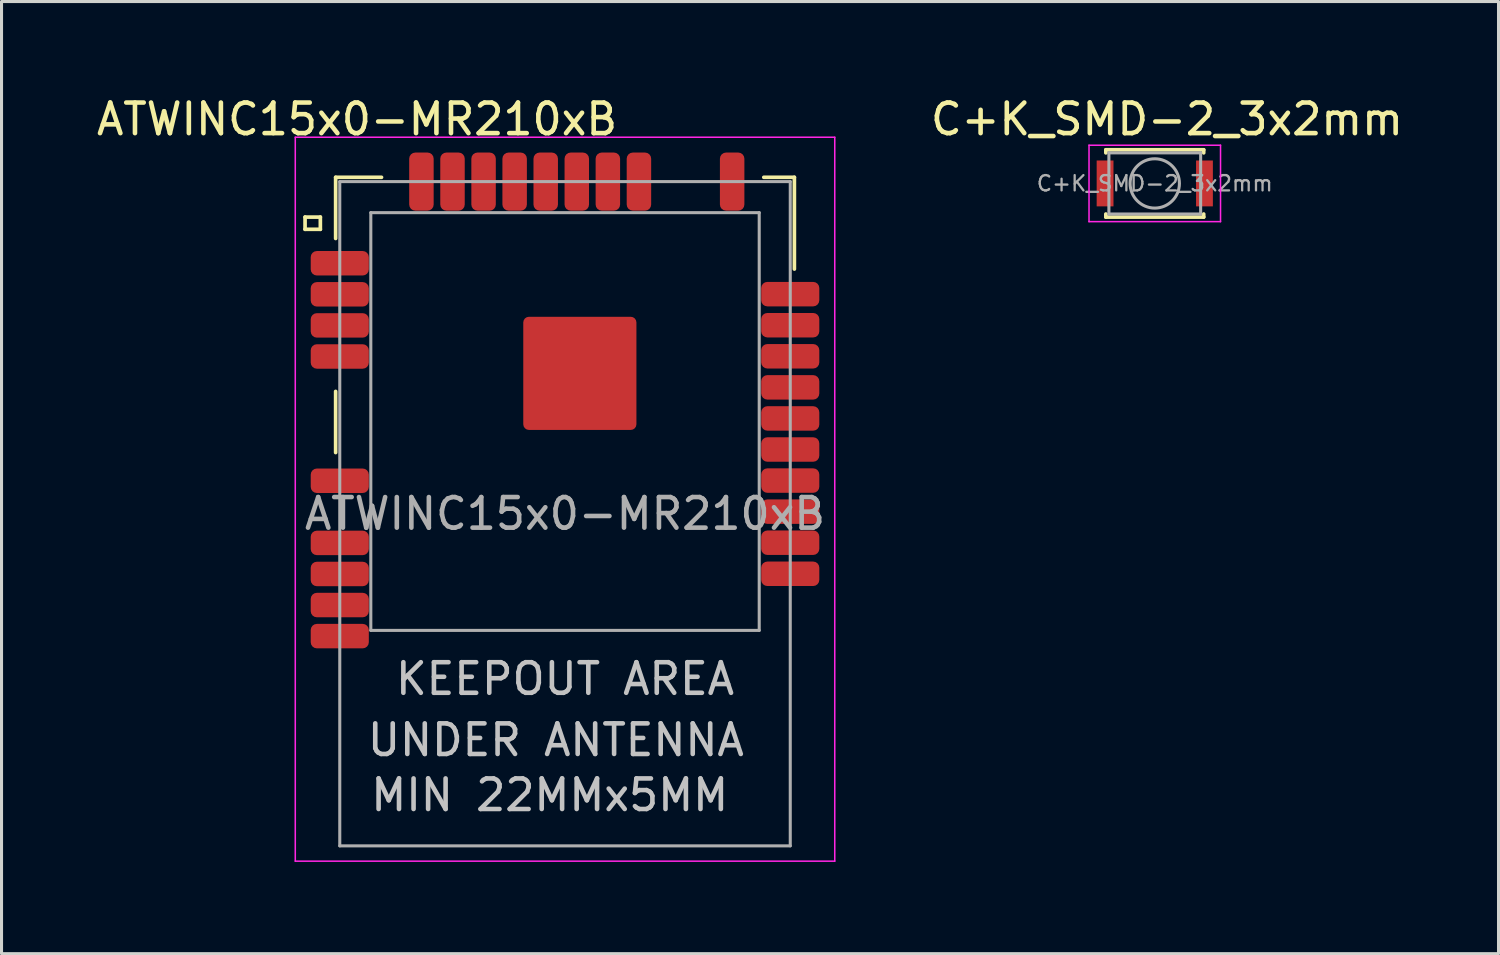
<source format=kicad_pcb>
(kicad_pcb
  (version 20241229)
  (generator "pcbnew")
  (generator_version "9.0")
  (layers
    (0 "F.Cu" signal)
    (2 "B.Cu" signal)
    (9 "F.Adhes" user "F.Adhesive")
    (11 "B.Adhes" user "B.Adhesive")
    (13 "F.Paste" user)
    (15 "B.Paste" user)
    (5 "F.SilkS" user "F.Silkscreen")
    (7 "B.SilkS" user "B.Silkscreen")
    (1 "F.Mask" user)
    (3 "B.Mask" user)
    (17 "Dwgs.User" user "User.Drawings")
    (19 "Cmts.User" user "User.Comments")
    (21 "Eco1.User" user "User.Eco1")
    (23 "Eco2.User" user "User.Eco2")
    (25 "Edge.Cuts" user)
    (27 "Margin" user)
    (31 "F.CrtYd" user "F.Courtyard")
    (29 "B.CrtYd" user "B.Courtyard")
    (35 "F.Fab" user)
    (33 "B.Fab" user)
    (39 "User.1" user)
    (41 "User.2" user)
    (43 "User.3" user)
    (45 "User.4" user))
  (footprint "ATWINC15x0-MR210xB"
    (layer "F.Cu")
    (at 15.425 13.748)
    (property "Reference" "ATWINC15x0-MR210xB" (at -6.8 -12.9 0) (layer "F.SilkS") (effects (font (size 1 1) (thickness 0.15))))
    (attr smd)
    (fp_line (start -8.5 -9.7) (end -8 -9.7) (stroke (width 0.12) (type solid)) (layer "F.SilkS"))
    (fp_line (start -8.5 -9.3) (end -8.5 -9.7) (stroke (width 0.12) (type solid)) (layer "F.SilkS"))
    (fp_line (start -8 -9.7) (end -8 -9.3) (stroke (width 0.12) (type solid)) (layer "F.SilkS"))
    (fp_line (start -8 -9.3) (end -8.5 -9.3) (stroke (width 0.12) (type solid)) (layer "F.SilkS"))
    (fp_line (start -7.5 -11) (end -7.5 -9) (stroke (width 0.12) (type solid)) (layer "F.SilkS"))
    (fp_line (start -7.5 -4) (end -7.5 -2) (stroke (width 0.12) (type solid)) (layer "F.SilkS"))
    (fp_line (start -6 -11) (end -7.5 -11) (stroke (width 0.12) (type solid)) (layer "F.SilkS"))
    (fp_line (start 6.5 -11) (end 7.5 -11) (stroke (width 0.12) (type solid)) (layer "F.SilkS"))
    (fp_line (start 7.5 -11) (end 7.5 -8) (stroke (width 0.12) (type solid)) (layer "F.SilkS"))
    (fp_line (start -8.82 -12.31) (end -8.82 11.36) (stroke (width 0.05) (type solid)) (layer "F.CrtYd"))
    (fp_line (start -8.82 -12.31) (end 8.82 -12.31) (stroke (width 0.05) (type solid)) (layer "F.CrtYd"))
    (fp_line (start -8.82 11.36) (end 8.82 11.36) (stroke (width 0.05) (type solid)) (layer "F.CrtYd"))
    (fp_line (start 8.82 -12.31) (end 8.82 11.36) (stroke (width 0.05) (type solid)) (layer "F.CrtYd"))
    (fp_line (start -7.365 -10.86) (end -7.365 10.86) (stroke (width 0.1) (type solid)) (layer "F.Fab"))
    (fp_line (start -7.365 -10.86) (end 7.365 -10.86) (stroke (width 0.1) (type solid)) (layer "F.Fab"))
    (fp_line (start -7.365 10.86) (end 7.365 10.86) (stroke (width 0.1) (type solid)) (layer "F.Fab"))
    (fp_line (start -6.35 -9.845) (end -6.35 3.815) (stroke (width 0.1) (type solid)) (layer "F.Fab"))
    (fp_line (start -6.35 -9.845) (end 6.35 -9.845) (stroke (width 0.1) (type solid)) (layer "F.Fab"))
    (fp_line (start -6.35 3.815) (end 6.35 3.815) (stroke (width 0.1) (type solid)) (layer "F.Fab"))
    (fp_line (start 6.35 -9.845) (end 6.35 3.815) (stroke (width 0.1) (type solid)) (layer "F.Fab"))
    (fp_line (start 7.365 -10.86) (end 7.365 10.86) (stroke (width 0.1) (type solid)) (layer "F.Fab"))
    (fp_text user "KEEPOUT AREA" (at 0 5.4 0) (layer "Dwgs.User") (effects (font (size 1 1) (thickness 0.15))))
    (fp_text user "UNDER ANTENNA" (at -0.3 7.4 0) (layer "Dwgs.User") (effects (font (size 1 1) (thickness 0.15))))
    (fp_text user "MIN 22MMx5MM" (at -0.5 9.2 0) (layer "Dwgs.User") (effects (font (size 1 1) (thickness 0.15))))
    (fp_text user "${REFERENCE}" (at 0 0 0) (layer "F.Fab") (effects (font (size 1 1) (thickness 0.15))))
    (pad "1" smd roundrect (at -7.365 -8.19 180) (size 1.9 0.8) (layers "F.Cu" "F.Mask" "F.Paste") (roundrect_rratio 0.25))
    (pad "2" smd roundrect (at -7.365 -7.174 180) (size 1.9 0.8) (layers "F.Cu" "F.Mask" "F.Paste") (roundrect_rratio 0.25))
    (pad "3" smd roundrect (at -7.365 -6.158 180) (size 1.9 0.8) (layers "F.Cu" "F.Mask" "F.Paste") (roundrect_rratio 0.25))
    (pad "4" smd roundrect (at -7.365 -5.142 180) (size 1.9 0.8) (layers "F.Cu" "F.Mask" "F.Paste") (roundrect_rratio 0.25))
    (pad "5" smd roundrect (at -7.365 -1.078 180) (size 1.9 0.8) (layers "F.Cu" "F.Mask" "F.Paste") (roundrect_rratio 0.25))
    (pad "6" smd roundrect (at -7.365 0.954 180) (size 1.9 0.8) (layers "F.Cu" "F.Mask" "F.Paste") (roundrect_rratio 0.25))
    (pad "7" smd roundrect (at -7.365 1.97 180) (size 1.9 0.8) (layers "F.Cu" "F.Mask" "F.Paste") (roundrect_rratio 0.25))
    (pad "8" smd roundrect (at -7.365 2.986 180) (size 1.9 0.8) (layers "F.Cu" "F.Mask" "F.Paste") (roundrect_rratio 0.25))
    (pad "9" smd roundrect (at -7.365 4.002 180) (size 1.9 0.8) (layers "F.Cu" "F.Mask" "F.Paste") (roundrect_rratio 0.25))
    (pad "10" smd roundrect (at 7.365 1.964 180) (size 1.9 0.8) (layers "F.Cu" "F.Mask" "F.Paste") (roundrect_rratio 0.25))
    (pad "11" smd roundrect (at 7.365 0.948 180) (size 1.9 0.8) (layers "F.Cu" "F.Mask" "F.Paste") (roundrect_rratio 0.25))
    (pad "12" smd roundrect (at 7.365 -0.068 180) (size 1.9 0.8) (layers "F.Cu" "F.Mask" "F.Paste") (roundrect_rratio 0.25))
    (pad "13" smd roundrect (at 7.365 -1.084 180) (size 1.9 0.8) (layers "F.Cu" "F.Mask" "F.Paste") (roundrect_rratio 0.25))
    (pad "14" smd roundrect (at 7.365 -2.1 180) (size 1.9 0.8) (layers "F.Cu" "F.Mask" "F.Paste") (roundrect_rratio 0.25))
    (pad "15" smd roundrect (at 7.365 -3.116 180) (size 1.9 0.8) (layers "F.Cu" "F.Mask" "F.Paste") (roundrect_rratio 0.25))
    (pad "16" smd roundrect (at 7.365 -4.132 180) (size 1.9 0.8) (layers "F.Cu" "F.Mask" "F.Paste") (roundrect_rratio 0.25))
    (pad "17" smd roundrect (at 7.365 -5.148 180) (size 1.9 0.8) (layers "F.Cu" "F.Mask" "F.Paste") (roundrect_rratio 0.25))
    (pad "18" smd roundrect (at 7.365 -6.164 180) (size 1.9 0.8) (layers "F.Cu" "F.Mask" "F.Paste") (roundrect_rratio 0.25))
    (pad "19" smd roundrect (at 7.365 -7.18 180) (size 1.9 0.8) (layers "F.Cu" "F.Mask" "F.Paste") (roundrect_rratio 0.25))
    (pad "20" smd roundrect (at 5.465 -10.86 270) (size 1.9 0.8) (layers "F.Cu" "F.Mask" "F.Paste") (roundrect_rratio 0.25))
    (pad "21" smd roundrect (at 2.417 -10.86 270) (size 1.9 0.8) (layers "F.Cu" "F.Mask" "F.Paste") (roundrect_rratio 0.25))
    (pad "22" smd roundrect (at 1.401 -10.86 270) (size 1.9 0.8) (layers "F.Cu" "F.Mask" "F.Paste") (roundrect_rratio 0.25))
    (pad "23" smd roundrect (at 0.385 -10.86 270) (size 1.9 0.8) (layers "F.Cu" "F.Mask" "F.Paste") (roundrect_rratio 0.25))
    (pad "24" smd roundrect (at -0.631 -10.86 270) (size 1.9 0.8) (layers "F.Cu" "F.Mask" "F.Paste") (roundrect_rratio 0.25))
    (pad "25" smd roundrect (at -1.647 -10.86 270) (size 1.9 0.8) (layers "F.Cu" "F.Mask" "F.Paste") (roundrect_rratio 0.25))
    (pad "26" smd roundrect (at -2.663 -10.86 270) (size 1.9 0.8) (layers "F.Cu" "F.Mask" "F.Paste") (roundrect_rratio 0.25))
    (pad "27" smd roundrect (at -3.679 -10.86 270) (size 1.9 0.8) (layers "F.Cu" "F.Mask" "F.Paste") (roundrect_rratio 0.25))
    (pad "28" smd roundrect (at -4.695 -10.86 270) (size 1.9 0.8) (layers "F.Cu" "F.Mask" "F.Paste") (roundrect_rratio 0.25))
    (pad "29" smd roundrect (at -0.2 -5.4) (size 1.1 1.1) (layers "F.Cu" "F.Paste") (roundrect_rratio 0.05))
    (pad "29" smd roundrect (at -0.2 -3.8) (size 1.1 1.1) (layers "F.Cu" "F.Paste") (roundrect_rratio 0.05))
    (pad "29" smd roundrect (at 0.485 -4.59) (size 3.7 3.7) (layers "F.Cu" "F.Mask") (roundrect_rratio 0.05))
    (pad "29" smd roundrect (at 1.1 -5.4) (size 1.1 1.1) (layers "F.Cu" "F.Paste") (roundrect_rratio 0.05))
    (pad "29" smd roundrect (at 1.1 -3.8) (size 1.1 1.1) (layers "F.Cu" "F.Paste") (roundrect_rratio 0.05)))
  (footprint "C+K_SMD-2_3x2mm"
    (layer "F.Cu")
    (at 34.709 2.948)
    (property "Reference" "C+K_SMD-2_3x2mm" (at 0.4 -2.1 0) (layer "F.SilkS") (effects (font (size 1 1) (thickness 0.15))))
    (attr through_hole)
    (fp_line (start -1.6 -1.1) (end 1.6 -1.1) (stroke (width 0.12) (type solid)) (layer "F.SilkS"))
    (fp_line (start -1.6 -1) (end -1.6 -1.1) (stroke (width 0.12) (type solid)) (layer "F.SilkS"))
    (fp_line (start -1.6 1.1) (end -1.6 1) (stroke (width 0.12) (type solid)) (layer "F.SilkS"))
    (fp_line (start 1.6 -1.1) (end 1.6 -1) (stroke (width 0.12) (type solid)) (layer "F.SilkS"))
    (fp_line (start 1.6 1) (end 1.6 1.1) (stroke (width 0.12) (type solid)) (layer "F.SilkS"))
    (fp_line (start 1.6 1.1) (end -1.6 1.1) (stroke (width 0.12) (type solid)) (layer "F.SilkS"))
    (fp_line (start -2.15 -1.25) (end -2.15 1.25) (stroke (width 0.05) (type solid)) (layer "F.CrtYd"))
    (fp_line (start -2.15 -1.25) (end 2.15 -1.25) (stroke (width 0.05) (type solid)) (layer "F.CrtYd"))
    (fp_line (start -2.15 1.25) (end 2.15 1.25) (stroke (width 0.05) (type solid)) (layer "F.CrtYd"))
    (fp_line (start 2.15 1.25) (end 2.15 -1.25) (stroke (width 0.05) (type solid)) (layer "F.CrtYd"))
    (fp_line (start -1.5 -1) (end -1.5 1) (stroke (width 0.1) (type solid)) (layer "F.Fab"))
    (fp_line (start -1.5 -1) (end 1.5 -1) (stroke (width 0.1) (type solid)) (layer "F.Fab"))
    (fp_line (start -1.5 1) (end 1.5 1) (stroke (width 0.1) (type solid)) (layer "F.Fab"))
    (fp_line (start 1.5 1) (end 1.5 -1) (stroke (width 0.1) (type solid)) (layer "F.Fab"))
    (fp_circle (center 0 0) (end 0.1 0.8) (stroke (width 0.1) (type solid)) (fill no) (layer "F.Fab"))
    (fp_text user "${REFERENCE}" (at 0 0 0) (layer "F.Fab") (effects (font (size 0.5 0.5) (thickness 0.075))))
    (pad "1" smd rect (at -1.625 0) (size 0.55 1.5) (layers "F.Cu" "F.Mask" "F.Paste"))
    (pad "2" smd rect (at 1.625 0) (size 0.55 1.5) (layers "F.Cu" "F.Mask" "F.Paste")))
  (gr_rect
    (start -3 -3)
    (end 45.949 28.133)
    (stroke (width 0.1) (type default))
    (fill no)
    (layer "Edge.Cuts")))
</source>
